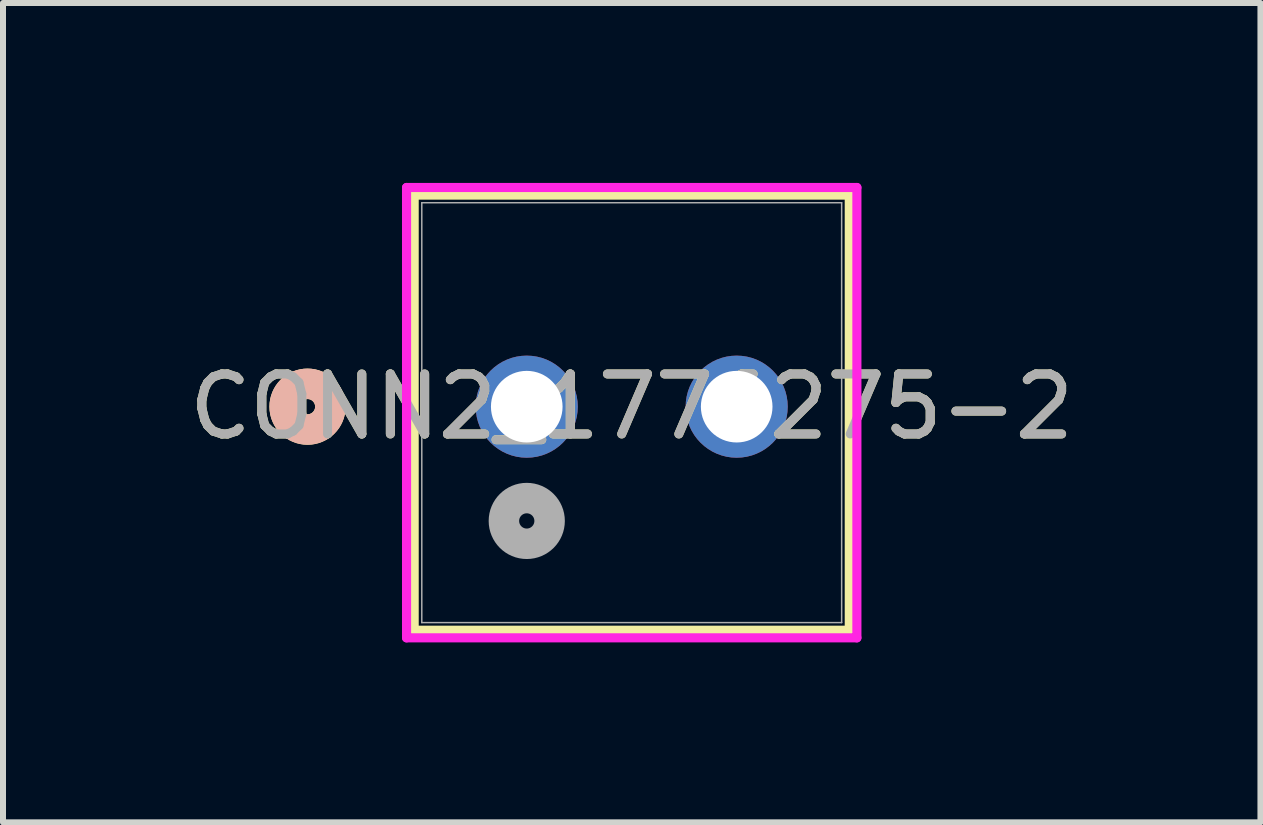
<source format=kicad_pcb>
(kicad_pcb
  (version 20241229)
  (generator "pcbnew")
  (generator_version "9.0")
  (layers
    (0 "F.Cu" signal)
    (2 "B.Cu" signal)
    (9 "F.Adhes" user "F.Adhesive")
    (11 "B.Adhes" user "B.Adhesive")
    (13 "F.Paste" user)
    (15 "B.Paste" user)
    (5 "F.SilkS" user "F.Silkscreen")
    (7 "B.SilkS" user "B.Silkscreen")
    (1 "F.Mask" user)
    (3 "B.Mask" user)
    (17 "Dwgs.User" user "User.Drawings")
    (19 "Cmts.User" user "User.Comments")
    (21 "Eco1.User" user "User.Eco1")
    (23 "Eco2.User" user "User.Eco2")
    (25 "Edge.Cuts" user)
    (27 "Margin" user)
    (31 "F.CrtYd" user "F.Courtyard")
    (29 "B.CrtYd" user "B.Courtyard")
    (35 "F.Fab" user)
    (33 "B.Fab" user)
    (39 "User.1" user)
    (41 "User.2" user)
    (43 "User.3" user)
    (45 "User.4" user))
  (footprint "CONN2_1776275-2"
    (layer "F.Cu")
    (at 5.732 3.73)
    (property "Reference" "CONN2_1776275-2" (at 1.75 0 0) (unlocked yes) (layer "F.SilkS") (effects (font (size 1 1) (thickness 0.15))))
    (attr through_hole)
    (fp_line (start -1.877 -3.527) (end -1.877 3.727) (stroke (width 0.152) (type solid)) (layer "F.SilkS"))
    (fp_line (start -1.877 3.727) (end 5.377 3.727) (stroke (width 0.152) (type solid)) (layer "F.SilkS"))
    (fp_line (start 5.377 -3.527) (end -1.877 -3.527) (stroke (width 0.152) (type solid)) (layer "F.SilkS"))
    (fp_line (start 5.377 3.727) (end 5.377 -3.527) (stroke (width 0.152) (type solid)) (layer "F.SilkS"))
    (fp_circle (center -3.655 0) (end -3.274 0) (stroke (width 0.508) (type solid)) (fill no) (layer "F.SilkS"))
    (fp_circle (center -3.655 0) (end -3.274 0) (stroke (width 0.508) (type solid)) (fill no) (layer "B.SilkS"))
    (fp_line (start -2.004 -3.654) (end -2.004 3.854) (stroke (width 0.152) (type solid)) (layer "F.CrtYd"))
    (fp_line (start -2.004 3.854) (end 5.504 3.854) (stroke (width 0.152) (type solid)) (layer "F.CrtYd"))
    (fp_line (start 5.504 -3.654) (end -2.004 -3.654) (stroke (width 0.152) (type solid)) (layer "F.CrtYd"))
    (fp_line (start 5.504 3.854) (end 5.504 -3.654) (stroke (width 0.152) (type solid)) (layer "F.CrtYd"))
    (fp_line (start -1.75 -3.4) (end -1.75 3.6) (stroke (width 0.025) (type solid)) (layer "F.Fab"))
    (fp_line (start -1.75 3.6) (end 5.25 3.6) (stroke (width 0.025) (type solid)) (layer "F.Fab"))
    (fp_line (start 5.25 -3.4) (end -1.75 -3.4) (stroke (width 0.025) (type solid)) (layer "F.Fab"))
    (fp_line (start 5.25 3.6) (end 5.25 -3.4) (stroke (width 0.025) (type solid)) (layer "F.Fab"))
    (fp_circle (center 0 1.905) (end 0.381 1.905) (stroke (width 0.508) (type solid)) (fill no) (layer "F.Fab"))
    (fp_text user "${REFERENCE}" (at 1.75 0 0) (unlocked yes) (layer "F.Fab") (effects (font (size 1 1) (thickness 0.15))))
    (pad "1" thru_hole circle (at 0 0) (size 1.702 1.702) (drill 1.194) (layers "*.Cu" "*.Mask"))
    (pad "2" thru_hole circle (at 3.5 0) (size 1.702 1.702) (drill 1.194) (layers "*.Cu" "*.Mask")))
  (gr_rect
    (start -3 -3)
    (end 17.964 10.66)
    (stroke (width 0.1) (type default))
    (fill no)
    (layer "Edge.Cuts")))
</source>
